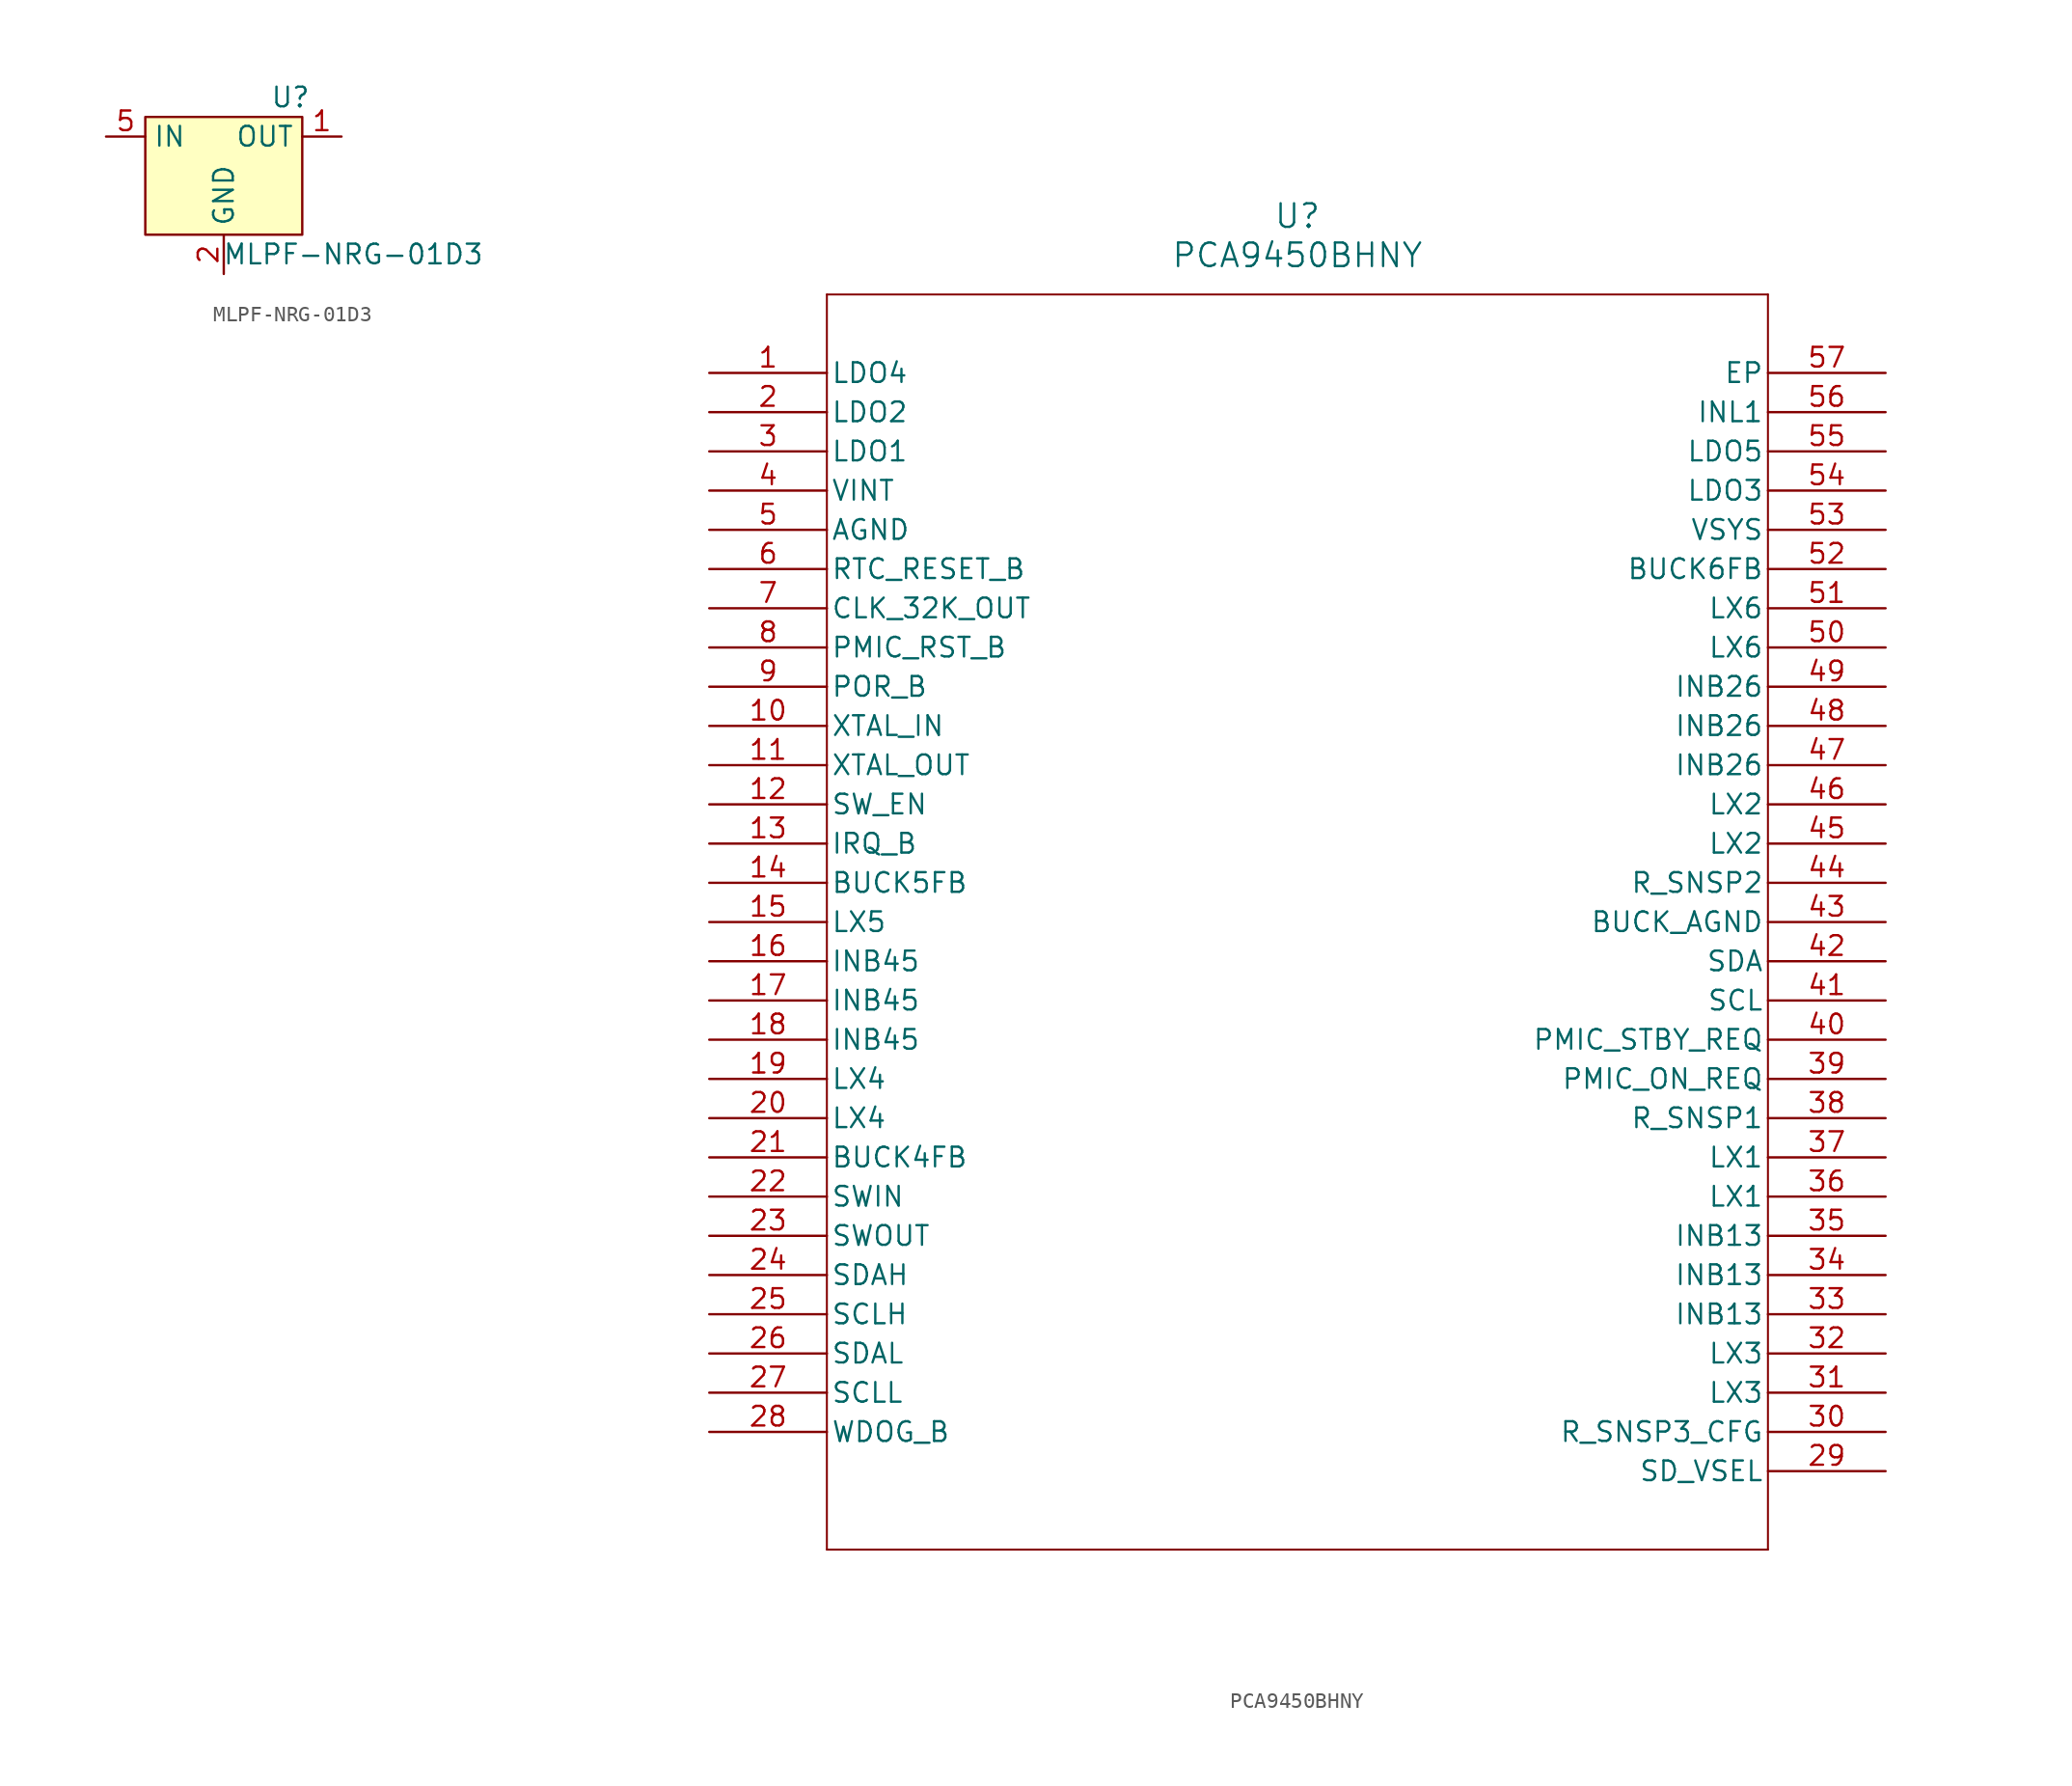
<source format=kicad_sym>
(kicad_symbol_lib
  (version 20241209)
  (generator "kicad_symbol_editor")
  (generator_version "9.0")
  (symbol "MLPF-NRG-01D3"
    (property "Reference" "U"
      (at 4.318 5.08 0)
      (effects (font (size 1.27 1.27))))
    (property "Value" "MLPF-NRG-01D3"
      (at 8.382 -5.08 0)
      (effects (font (size 1.27 1.27))))
    (symbol "MLPF-NRG-01D3_1_1"
      (rectangle (start -5.08 3.81) (end 5.08 -3.81) (stroke (width 0) (type solid)) (fill (type background)))
      (pin input line (at -7.62 2.54 0) (length 2.54) (name "IN" (effects (font (size 1.27 1.27)))) (number "5" (effects (font (size 1.27 1.27)))))
      (pin power_in line (at 0 -6.35 90) (length 2.54) (name "GND" (effects (font (size 1.27 1.27)))) (number "2" (effects (font (size 1.27 1.27)))))
      (pin power_in line (at 0 -6.35 90) (length 2.54) (hide yes) (name "GND" (effects (font (size 1.27 1.27)))) (number "3" (effects (font (size 1.27 1.27)))))
      (pin power_in line (at 0 -6.35 90) (length 2.54) (hide yes) (name "GND" (effects (font (size 1.27 1.27)))) (number "4" (effects (font (size 1.27 1.27)))))
      (pin power_in line (at 0 -6.35 90) (length 2.54) (hide yes) (name "GND" (effects (font (size 1.27 1.27)))) (number "6" (effects (font (size 1.27 1.27)))))
      (pin output line (at 7.62 2.54 180) (length 2.54) (name "OUT" (effects (font (size 1.27 1.27)))) (number "1" (effects (font (size 1.27 1.27)))))))
  (symbol "PCA9450BHNY"
    (pin_names
      (offset 0.254))
    (property "Reference" "U"
      (at 30.48 5.08 0)
      (effects (font (size 1.524 1.524))))
    (property "Value" "PCA9450BHNY"
      (at 30.48 2.54 0)
      (effects (font (size 1.524 1.524))))
    (symbol "PCA9450BHNY_0_1"
      (polyline (pts (xy 0 0) (xy 0 -81.28)) (stroke (width 0.127) (type default)) (fill (type none)))
      (polyline (pts (xy 0 -81.28) (xy 60.96 -81.28)) (stroke (width 0.127) (type default)) (fill (type none)))
      (polyline (pts (xy 60.96 0) (xy 0 0)) (stroke (width 0.127) (type default)) (fill (type none)))
      (polyline (pts (xy 60.96 -81.28) (xy 60.96 0)) (stroke (width 0.127) (type default)) (fill (type none)))
      (pin power_in line (at -7.62 -5.08 0) (length 7.62) (name "LDO4" (effects (font (size 1.27 1.27)))) (number "1" (effects (font (size 1.27 1.27)))))
      (pin power_in line (at -7.62 -7.62 0) (length 7.62) (name "LDO2" (effects (font (size 1.27 1.27)))) (number "2" (effects (font (size 1.27 1.27)))))
      (pin power_in line (at -7.62 -10.16 0) (length 7.62) (name "LDO1" (effects (font (size 1.27 1.27)))) (number "3" (effects (font (size 1.27 1.27)))))
      (pin power_in line (at -7.62 -12.7 0) (length 7.62) (name "VINT" (effects (font (size 1.27 1.27)))) (number "4" (effects (font (size 1.27 1.27)))))
      (pin power_out line (at -7.62 -15.24 0) (length 7.62) (name "AGND" (effects (font (size 1.27 1.27)))) (number "5" (effects (font (size 1.27 1.27)))))
      (pin output line (at -7.62 -17.78 0) (length 7.62) (name "RTC_RESET_B" (effects (font (size 1.27 1.27)))) (number "6" (effects (font (size 1.27 1.27)))))
      (pin output line (at -7.62 -20.32 0) (length 7.62) (name "CLK_32K_OUT" (effects (font (size 1.27 1.27)))) (number "7" (effects (font (size 1.27 1.27)))))
      (pin input line (at -7.62 -22.86 0) (length 7.62) (name "PMIC_RST_B" (effects (font (size 1.27 1.27)))) (number "8" (effects (font (size 1.27 1.27)))))
      (pin output line (at -7.62 -25.4 0) (length 7.62) (name "POR_B" (effects (font (size 1.27 1.27)))) (number "9" (effects (font (size 1.27 1.27)))))
      (pin unspecified line (at -7.62 -27.94 0) (length 7.62) (name "XTAL_IN" (effects (font (size 1.27 1.27)))) (number "10" (effects (font (size 1.27 1.27)))))
      (pin unspecified line (at -7.62 -30.48 0) (length 7.62) (name "XTAL_OUT" (effects (font (size 1.27 1.27)))) (number "11" (effects (font (size 1.27 1.27)))))
      (pin input line (at -7.62 -33.02 0) (length 7.62) (name "SW_EN" (effects (font (size 1.27 1.27)))) (number "12" (effects (font (size 1.27 1.27)))))
      (pin output line (at -7.62 -35.56 0) (length 7.62) (name "IRQ_B" (effects (font (size 1.27 1.27)))) (number "13" (effects (font (size 1.27 1.27)))))
      (pin unspecified line (at -7.62 -38.1 0) (length 7.62) (name "BUCK5FB" (effects (font (size 1.27 1.27)))) (number "14" (effects (font (size 1.27 1.27)))))
      (pin power_in line (at -7.62 -40.64 0) (length 7.62) (name "LX5" (effects (font (size 1.27 1.27)))) (number "15" (effects (font (size 1.27 1.27)))))
      (pin power_in line (at -7.62 -43.18 0) (length 7.62) (name "INB45" (effects (font (size 1.27 1.27)))) (number "16" (effects (font (size 1.27 1.27)))))
      (pin power_in line (at -7.62 -45.72 0) (length 7.62) (name "INB45" (effects (font (size 1.27 1.27)))) (number "17" (effects (font (size 1.27 1.27)))))
      (pin power_in line (at -7.62 -48.26 0) (length 7.62) (name "INB45" (effects (font (size 1.27 1.27)))) (number "18" (effects (font (size 1.27 1.27)))))
      (pin power_in line (at -7.62 -50.8 0) (length 7.62) (name "LX4" (effects (font (size 1.27 1.27)))) (number "19" (effects (font (size 1.27 1.27)))))
      (pin power_in line (at -7.62 -53.34 0) (length 7.62) (name "LX4" (effects (font (size 1.27 1.27)))) (number "20" (effects (font (size 1.27 1.27)))))
      (pin unspecified line (at -7.62 -55.88 0) (length 7.62) (name "BUCK4FB" (effects (font (size 1.27 1.27)))) (number "21" (effects (font (size 1.27 1.27)))))
      (pin power_in line (at -7.62 -58.42 0) (length 7.62) (name "SWIN" (effects (font (size 1.27 1.27)))) (number "22" (effects (font (size 1.27 1.27)))))
      (pin power_in line (at -7.62 -60.96 0) (length 7.62) (name "SWOUT" (effects (font (size 1.27 1.27)))) (number "23" (effects (font (size 1.27 1.27)))))
      (pin bidirectional line (at -7.62 -63.5 0) (length 7.62) (name "SDAH" (effects (font (size 1.27 1.27)))) (number "24" (effects (font (size 1.27 1.27)))))
      (pin output line (at -7.62 -66.04 0) (length 7.62) (name "SCLH" (effects (font (size 1.27 1.27)))) (number "25" (effects (font (size 1.27 1.27)))))
      (pin bidirectional line (at -7.62 -68.58 0) (length 7.62) (name "SDAL" (effects (font (size 1.27 1.27)))) (number "26" (effects (font (size 1.27 1.27)))))
      (pin output line (at -7.62 -71.12 0) (length 7.62) (name "SCLL" (effects (font (size 1.27 1.27)))) (number "27" (effects (font (size 1.27 1.27)))))
      (pin input line (at -7.62 -73.66 0) (length 7.62) (name "WDOG_B" (effects (font (size 1.27 1.27)))) (number "28" (effects (font (size 1.27 1.27)))))
      (pin power_out line (at 68.58 -5.08 180) (length 7.62) (name "EP" (effects (font (size 1.27 1.27)))) (number "57" (effects (font (size 1.27 1.27)))))
      (pin power_in line (at 68.58 -7.62 180) (length 7.62) (name "INL1" (effects (font (size 1.27 1.27)))) (number "56" (effects (font (size 1.27 1.27)))))
      (pin power_in line (at 68.58 -10.16 180) (length 7.62) (name "LDO5" (effects (font (size 1.27 1.27)))) (number "55" (effects (font (size 1.27 1.27)))))
      (pin power_in line (at 68.58 -12.7 180) (length 7.62) (name "LDO3" (effects (font (size 1.27 1.27)))) (number "54" (effects (font (size 1.27 1.27)))))
      (pin power_in line (at 68.58 -15.24 180) (length 7.62) (name "VSYS" (effects (font (size 1.27 1.27)))) (number "53" (effects (font (size 1.27 1.27)))))
      (pin unspecified line (at 68.58 -17.78 180) (length 7.62) (name "BUCK6FB" (effects (font (size 1.27 1.27)))) (number "52" (effects (font (size 1.27 1.27)))))
      (pin power_in line (at 68.58 -20.32 180) (length 7.62) (name "LX6" (effects (font (size 1.27 1.27)))) (number "51" (effects (font (size 1.27 1.27)))))
      (pin power_in line (at 68.58 -22.86 180) (length 7.62) (name "LX6" (effects (font (size 1.27 1.27)))) (number "50" (effects (font (size 1.27 1.27)))))
      (pin power_in line (at 68.58 -25.4 180) (length 7.62) (name "INB26" (effects (font (size 1.27 1.27)))) (number "49" (effects (font (size 1.27 1.27)))))
      (pin power_in line (at 68.58 -27.94 180) (length 7.62) (name "INB26" (effects (font (size 1.27 1.27)))) (number "48" (effects (font (size 1.27 1.27)))))
      (pin power_in line (at 68.58 -30.48 180) (length 7.62) (name "INB26" (effects (font (size 1.27 1.27)))) (number "47" (effects (font (size 1.27 1.27)))))
      (pin power_in line (at 68.58 -33.02 180) (length 7.62) (name "LX2" (effects (font (size 1.27 1.27)))) (number "46" (effects (font (size 1.27 1.27)))))
      (pin power_in line (at 68.58 -35.56 180) (length 7.62) (name "LX2" (effects (font (size 1.27 1.27)))) (number "45" (effects (font (size 1.27 1.27)))))
      (pin unspecified line (at 68.58 -38.1 180) (length 7.62) (name "R_SNSP2" (effects (font (size 1.27 1.27)))) (number "44" (effects (font (size 1.27 1.27)))))
      (pin power_out line (at 68.58 -40.64 180) (length 7.62) (name "BUCK_AGND" (effects (font (size 1.27 1.27)))) (number "43" (effects (font (size 1.27 1.27)))))
      (pin bidirectional line (at 68.58 -43.18 180) (length 7.62) (name "SDA" (effects (font (size 1.27 1.27)))) (number "42" (effects (font (size 1.27 1.27)))))
      (pin input line (at 68.58 -45.72 180) (length 7.62) (name "SCL" (effects (font (size 1.27 1.27)))) (number "41" (effects (font (size 1.27 1.27)))))
      (pin input line (at 68.58 -48.26 180) (length 7.62) (name "PMIC_STBY_REQ" (effects (font (size 1.27 1.27)))) (number "40" (effects (font (size 1.27 1.27)))))
      (pin input line (at 68.58 -50.8 180) (length 7.62) (name "PMIC_ON_REQ" (effects (font (size 1.27 1.27)))) (number "39" (effects (font (size 1.27 1.27)))))
      (pin unspecified line (at 68.58 -53.34 180) (length 7.62) (name "R_SNSP1" (effects (font (size 1.27 1.27)))) (number "38" (effects (font (size 1.27 1.27)))))
      (pin power_in line (at 68.58 -55.88 180) (length 7.62) (name "LX1" (effects (font (size 1.27 1.27)))) (number "37" (effects (font (size 1.27 1.27)))))
      (pin power_in line (at 68.58 -58.42 180) (length 7.62) (name "LX1" (effects (font (size 1.27 1.27)))) (number "36" (effects (font (size 1.27 1.27)))))
      (pin power_in line (at 68.58 -60.96 180) (length 7.62) (name "INB13" (effects (font (size 1.27 1.27)))) (number "35" (effects (font (size 1.27 1.27)))))
      (pin power_in line (at 68.58 -63.5 180) (length 7.62) (name "INB13" (effects (font (size 1.27 1.27)))) (number "34" (effects (font (size 1.27 1.27)))))
      (pin power_in line (at 68.58 -66.04 180) (length 7.62) (name "INB13" (effects (font (size 1.27 1.27)))) (number "33" (effects (font (size 1.27 1.27)))))
      (pin power_in line (at 68.58 -68.58 180) (length 7.62) (name "LX3" (effects (font (size 1.27 1.27)))) (number "32" (effects (font (size 1.27 1.27)))))
      (pin power_in line (at 68.58 -71.12 180) (length 7.62) (name "LX3" (effects (font (size 1.27 1.27)))) (number "31" (effects (font (size 1.27 1.27)))))
      (pin unspecified line (at 68.58 -73.66 180) (length 7.62) (name "R_SNSP3_CFG" (effects (font (size 1.27 1.27)))) (number "30" (effects (font (size 1.27 1.27)))))
      (pin input line (at 68.58 -76.2 180) (length 7.62) (name "SD_VSEL" (effects (font (size 1.27 1.27)))) (number "29" (effects (font (size 1.27 1.27))))))))
</source>
